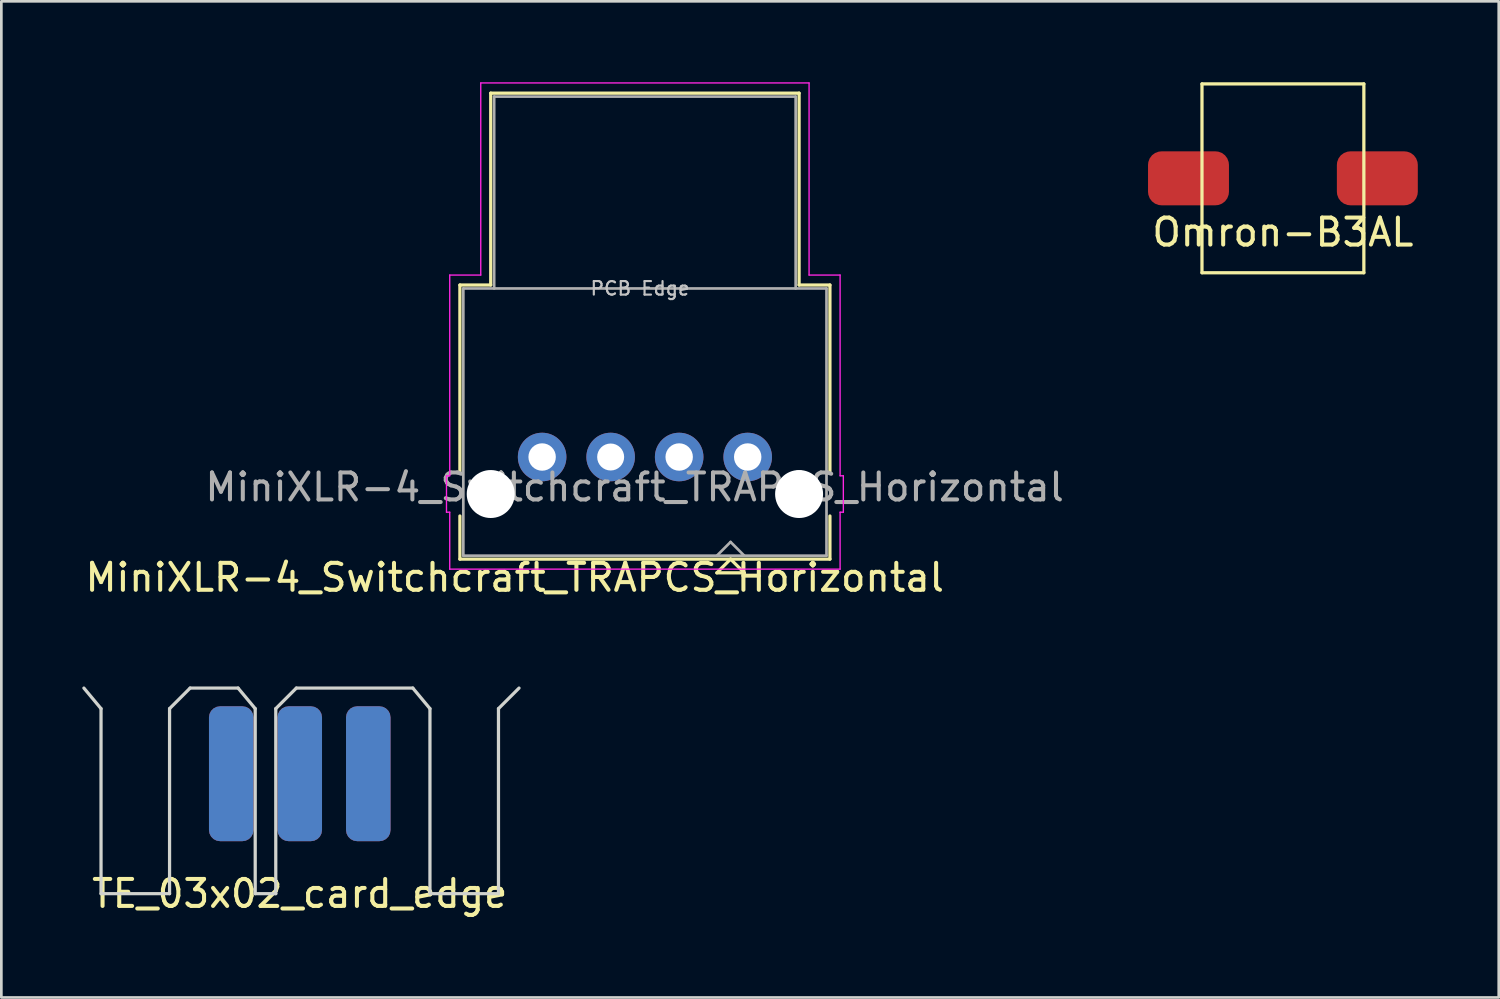
<source format=kicad_pcb>
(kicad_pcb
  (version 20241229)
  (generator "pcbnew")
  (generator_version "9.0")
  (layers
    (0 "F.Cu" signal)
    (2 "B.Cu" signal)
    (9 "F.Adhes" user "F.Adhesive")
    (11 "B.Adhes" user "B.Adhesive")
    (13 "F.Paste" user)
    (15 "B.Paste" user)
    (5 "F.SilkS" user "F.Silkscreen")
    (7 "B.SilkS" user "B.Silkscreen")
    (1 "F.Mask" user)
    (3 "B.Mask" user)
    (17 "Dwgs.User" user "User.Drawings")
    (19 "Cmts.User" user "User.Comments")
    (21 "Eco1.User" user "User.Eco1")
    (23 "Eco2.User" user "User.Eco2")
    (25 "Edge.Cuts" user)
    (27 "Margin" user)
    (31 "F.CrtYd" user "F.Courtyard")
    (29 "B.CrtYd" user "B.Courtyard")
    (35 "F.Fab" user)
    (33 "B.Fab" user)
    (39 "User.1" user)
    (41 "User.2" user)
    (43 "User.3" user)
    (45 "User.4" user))
  (footprint "MiniXLR-4_Switchcraft_TRAPCS_Horizontal"
    (layer "F.Cu")
    (at 20.855 13.89)
    (property "Reference" "MiniXLR-4_Switchcraft_TRAPCS_Horizontal" (at -4.825 4.467 0) (layer "F.SilkS") (effects (font (size 1 1) (thickness 0.15))))
    (attr through_hole)
    (fp_line (start -6.858 -6.375) (end -6.858 0.556) (stroke (width 0.12) (type solid)) (layer "F.SilkS"))
    (fp_line (start -6.858 -6.375) (end -5.715 -6.375) (stroke (width 0.12) (type solid)) (layer "F.SilkS"))
    (fp_line (start -6.858 2.186) (end -6.858 3.785) (stroke (width 0.12) (type solid)) (layer "F.SilkS"))
    (fp_line (start -6.858 3.785) (end 6.858 3.785) (stroke (width 0.12) (type solid)) (layer "F.SilkS"))
    (fp_line (start -5.715 -13.487) (end 5.715 -13.487) (stroke (width 0.12) (type solid)) (layer "F.SilkS"))
    (fp_line (start -5.715 -6.375) (end -5.715 -13.487) (stroke (width 0.12) (type solid)) (layer "F.SilkS"))
    (fp_line (start 2.667 4.293) (end 3.175 3.785) (stroke (width 0.12) (type solid)) (layer "F.SilkS"))
    (fp_line (start 3.175 3.785) (end 3.683 4.293) (stroke (width 0.12) (type solid)) (layer "F.SilkS"))
    (fp_line (start 3.683 4.293) (end 2.667 4.293) (stroke (width 0.12) (type solid)) (layer "F.SilkS"))
    (fp_line (start 5.715 -13.487) (end 5.715 -6.375) (stroke (width 0.12) (type solid)) (layer "F.SilkS"))
    (fp_line (start 5.715 -6.375) (end 6.858 -6.375) (stroke (width 0.12) (type solid)) (layer "F.SilkS"))
    (fp_line (start 6.858 -6.375) (end 6.858 0.556) (stroke (width 0.12) (type solid)) (layer "F.SilkS"))
    (fp_line (start 6.858 2.186) (end 6.858 3.785) (stroke (width 0.12) (type solid)) (layer "F.SilkS"))
    (fp_line (start -7.355 0.696) (end -7.355 2.046) (stroke (width 0.05) (type solid)) (layer "F.CrtYd"))
    (fp_line (start -7.355 2.046) (end -7.235 2.046) (stroke (width 0.05) (type solid)) (layer "F.CrtYd"))
    (fp_line (start -7.235 -6.745) (end -7.235 0.696) (stroke (width 0.05) (type solid)) (layer "F.CrtYd"))
    (fp_line (start -7.235 -6.745) (end -6.085 -6.745) (stroke (width 0.05) (type solid)) (layer "F.CrtYd"))
    (fp_line (start -7.235 0.696) (end -7.355 0.696) (stroke (width 0.05) (type solid)) (layer "F.CrtYd"))
    (fp_line (start -7.235 2.046) (end -7.235 4.157) (stroke (width 0.05) (type solid)) (layer "F.CrtYd"))
    (fp_line (start -6.085 -13.865) (end -6.085 -6.745) (stroke (width 0.05) (type solid)) (layer "F.CrtYd"))
    (fp_line (start -6.085 -13.865) (end 6.085 -13.865) (stroke (width 0.05) (type solid)) (layer "F.CrtYd"))
    (fp_line (start 6.085 -13.865) (end 6.085 -6.745) (stroke (width 0.05) (type solid)) (layer "F.CrtYd"))
    (fp_line (start 6.085 -6.745) (end 7.235 -6.745) (stroke (width 0.05) (type solid)) (layer "F.CrtYd"))
    (fp_line (start 7.235 0.696) (end 7.235 -6.745) (stroke (width 0.05) (type solid)) (layer "F.CrtYd"))
    (fp_line (start 7.235 2.046) (end 7.355 2.046) (stroke (width 0.05) (type solid)) (layer "F.CrtYd"))
    (fp_line (start 7.235 4.157) (end -7.235 4.157) (stroke (width 0.05) (type solid)) (layer "F.CrtYd"))
    (fp_line (start 7.235 4.157) (end 7.235 2.046) (stroke (width 0.05) (type solid)) (layer "F.CrtYd"))
    (fp_line (start 7.355 0.696) (end 7.235 0.696) (stroke (width 0.05) (type solid)) (layer "F.CrtYd"))
    (fp_line (start 7.355 2.046) (end 7.355 0.696) (stroke (width 0.05) (type solid)) (layer "F.CrtYd"))
    (fp_line (start -6.731 -6.248) (end -6.731 3.658) (stroke (width 0.1) (type solid)) (layer "F.Fab"))
    (fp_line (start -5.588 -13.36) (end -5.588 -6.248) (stroke (width 0.1) (type solid)) (layer "F.Fab"))
    (fp_line (start 3.175 3.15) (end 2.667 3.658) (stroke (width 0.1) (type solid)) (layer "F.Fab"))
    (fp_line (start 3.683 3.658) (end 3.175 3.15) (stroke (width 0.1) (type solid)) (layer "F.Fab"))
    (fp_line (start 5.588 -13.36) (end -5.588 -13.36) (stroke (width 0.1) (type solid)) (layer "F.Fab"))
    (fp_line (start 5.588 -6.248) (end 5.588 -13.36) (stroke (width 0.1) (type solid)) (layer "F.Fab"))
    (fp_line (start 6.731 -6.248) (end -6.731 -6.248) (stroke (width 0.1) (type solid)) (layer "F.Fab"))
    (fp_line (start 6.731 -6.248) (end 6.731 3.658) (stroke (width 0.1) (type solid)) (layer "F.Fab"))
    (fp_line (start 6.731 3.658) (end -6.731 3.658) (stroke (width 0.1) (type solid)) (layer "F.Fab"))
    (fp_text user "PCB Edge" (at -0.18 -6.248 0) (layer "Dwgs.User") (effects (font (size 0.5 0.5) (thickness 0.08))))
    (fp_text user "${REFERENCE}" (at -0.381 1.118 0) (layer "F.Fab") (effects (font (size 1 1) (thickness 0.15))))
    (pad "" np_thru_hole circle (at -5.715 1.372 180) (size 1.778 1.778) (drill 1.778) (layers "*.Cu" "*.Mask"))
    (pad "" np_thru_hole circle (at 5.715 1.372 180) (size 1.778 1.778) (drill 1.778) (layers "*.Cu" "*.Mask"))
    (pad "1" thru_hole circle (at 3.81 0 180) (size 1.8 1.8) (drill 1.016) (layers "*.Cu" "*.Mask"))
    (pad "2" thru_hole circle (at -1.27 0 180) (size 1.8 1.8) (drill 1) (layers "*.Cu" "*.Mask"))
    (pad "3" thru_hole circle (at -3.81 0 180) (size 1.8 1.8) (drill 1.016) (layers "*.Cu" "*.Mask"))
    (pad "4" thru_hole circle (at 1.27 0 180) (size 1.8 1.8) (drill 1.016) (layers "*.Cu" "*.Mask")))
  (footprint "Omron-B3AL"
    (layer "F.Cu")
    (at 44.504 3.56)
    (property "Reference" "Omron-B3AL" (at 0 2 0) (layer "F.SilkS") (effects (font (size 1 1) (thickness 0.15))))
    (attr through_hole)
    (fp_line (start -3 3.5) (end -3 -3.5) (stroke (width 0.12) (type solid)) (layer "F.SilkS"))
    (fp_line (start -3 3.5) (end 3 3.5) (stroke (width 0.12) (type solid)) (layer "F.SilkS"))
    (fp_line (start 3 -3.5) (end -3 -3.5) (stroke (width 0.12) (type solid)) (layer "F.SilkS"))
    (fp_line (start 3 -3.5) (end 3 3.5) (stroke (width 0.12) (type solid)) (layer "F.SilkS"))
    (pad "1" smd roundrect (at -3.5 0) (size 3 2) (layers "F.Cu" "F.Mask" "F.Paste") (roundrect_rratio 0.25))
    (pad "2" smd roundrect (at 3.5 0) (size 3 2) (layers "F.Cu" "F.Mask" "F.Paste") (roundrect_rratio 0.25)))
  (footprint "TE_03x02_card_edge"
    (layer "F.Cu")
    (at 8.061 22.455)
    (property "Reference" "TE_03x02_card_edge" (at 0 7.62 0) (layer "F.SilkS") (effects (font (size 1 1) (thickness 0.15))))
    (attr through_hole)
    (fp_line (start -8.001 0) (end -7.366 0.762) (stroke (width 0.12) (type solid)) (layer "Edge.Cuts"))
    (fp_line (start -7.366 0.762) (end -7.366 7.62) (stroke (width 0.12) (type solid)) (layer "Edge.Cuts"))
    (fp_line (start -4.826 0.762) (end -4.826 7.62) (stroke (width 0.12) (type solid)) (layer "Edge.Cuts"))
    (fp_line (start -4.826 0.762) (end -4.064 0) (stroke (width 0.12) (type solid)) (layer "Edge.Cuts"))
    (fp_line (start -4.826 7.62) (end -7.366 7.62) (stroke (width 0.12) (type solid)) (layer "Edge.Cuts"))
    (fp_line (start -4.064 0) (end -2.286 0) (stroke (width 0.12) (type solid)) (layer "Edge.Cuts"))
    (fp_line (start -2.286 0) (end -1.651 0.762) (stroke (width 0.12) (type solid)) (layer "Edge.Cuts"))
    (fp_line (start -1.651 0.762) (end -1.651 7.62) (stroke (width 0.12) (type solid)) (layer "Edge.Cuts"))
    (fp_line (start -1.651 7.62) (end -0.889 7.62) (stroke (width 0.12) (type solid)) (layer "Edge.Cuts"))
    (fp_line (start -0.889 0.762) (end -0.127 0) (stroke (width 0.12) (type solid)) (layer "Edge.Cuts"))
    (fp_line (start -0.889 7.62) (end -0.889 0.762) (stroke (width 0.12) (type solid)) (layer "Edge.Cuts"))
    (fp_line (start -0.127 0) (end 4.191 0) (stroke (width 0.12) (type solid)) (layer "Edge.Cuts"))
    (fp_line (start 4.191 0) (end 4.826 0.762) (stroke (width 0.12) (type solid)) (layer "Edge.Cuts"))
    (fp_line (start 4.826 0.762) (end 4.826 7.62) (stroke (width 0.12) (type solid)) (layer "Edge.Cuts"))
    (fp_line (start 7.366 0.762) (end 7.366 7.62) (stroke (width 0.12) (type solid)) (layer "Edge.Cuts"))
    (fp_line (start 7.366 0.762) (end 8.128 0) (stroke (width 0.12) (type solid)) (layer "Edge.Cuts"))
    (fp_line (start 7.366 7.62) (end 4.826 7.62) (stroke (width 0.12) (type solid)) (layer "Edge.Cuts"))
    (pad "1" smd roundrect (at -2.54 3.175) (size 1.65 5) (layers "F.Cu" "F.Mask" "F.Paste") (roundrect_rratio 0.25))
    (pad "2" smd roundrect (at 0 3.175) (size 1.65 5) (layers "F.Cu" "F.Mask" "F.Paste") (roundrect_rratio 0.25))
    (pad "3" smd roundrect (at 2.54 3.175) (size 1.65 5) (layers "F.Cu" "F.Mask" "F.Paste") (roundrect_rratio 0.25))
    (pad "4" smd roundrect (at 2.54 3.175) (size 1.65 5) (layers "B.Cu" "B.Mask" "B.Paste") (roundrect_rratio 0.25))
    (pad "5" smd roundrect (at 0 3.175) (size 1.65 5) (layers "B.Cu" "B.Mask" "B.Paste") (roundrect_rratio 0.25))
    (pad "6" smd roundrect (at -2.54 3.175) (size 1.65 5) (layers "B.Cu" "B.Mask" "B.Paste") (roundrect_rratio 0.25)))
  (gr_rect
    (start -3 -3)
    (end 52.504 33.923)
    (stroke (width 0.1) (type default))
    (fill no)
    (layer "Edge.Cuts")))
</source>
